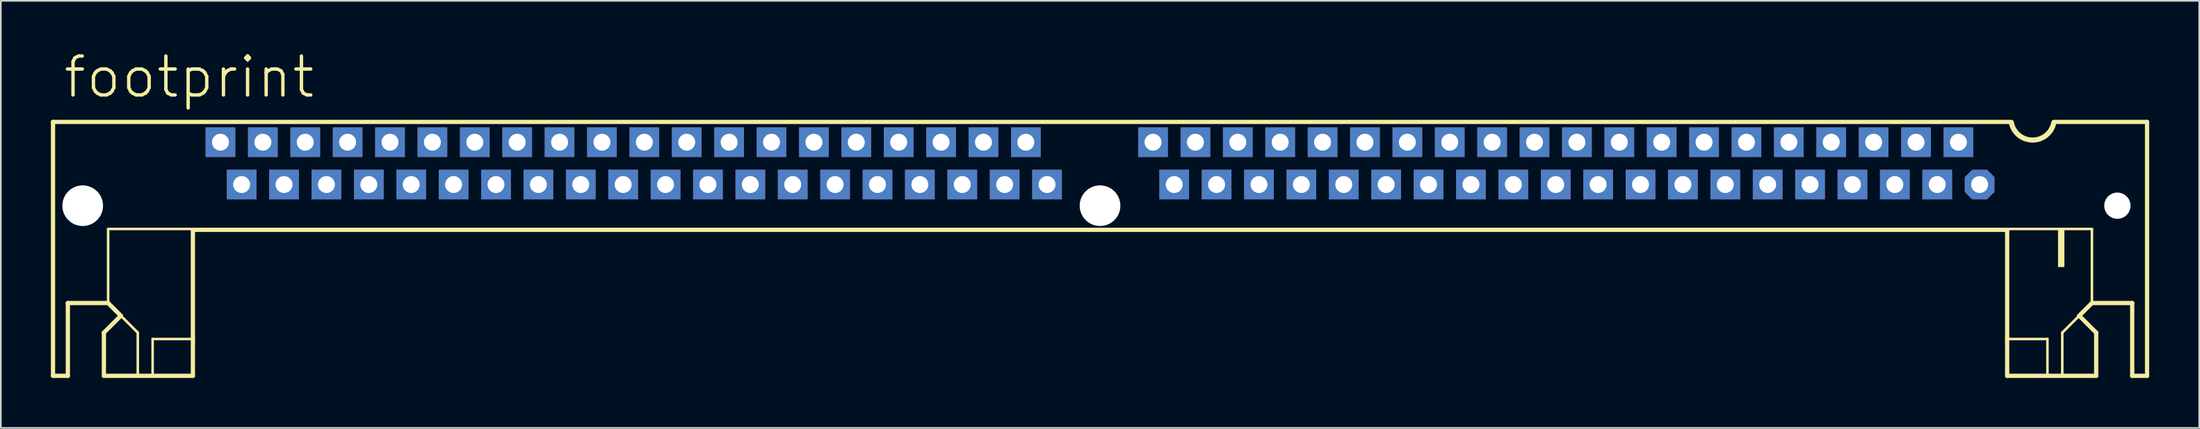
<source format=kicad_pcb>
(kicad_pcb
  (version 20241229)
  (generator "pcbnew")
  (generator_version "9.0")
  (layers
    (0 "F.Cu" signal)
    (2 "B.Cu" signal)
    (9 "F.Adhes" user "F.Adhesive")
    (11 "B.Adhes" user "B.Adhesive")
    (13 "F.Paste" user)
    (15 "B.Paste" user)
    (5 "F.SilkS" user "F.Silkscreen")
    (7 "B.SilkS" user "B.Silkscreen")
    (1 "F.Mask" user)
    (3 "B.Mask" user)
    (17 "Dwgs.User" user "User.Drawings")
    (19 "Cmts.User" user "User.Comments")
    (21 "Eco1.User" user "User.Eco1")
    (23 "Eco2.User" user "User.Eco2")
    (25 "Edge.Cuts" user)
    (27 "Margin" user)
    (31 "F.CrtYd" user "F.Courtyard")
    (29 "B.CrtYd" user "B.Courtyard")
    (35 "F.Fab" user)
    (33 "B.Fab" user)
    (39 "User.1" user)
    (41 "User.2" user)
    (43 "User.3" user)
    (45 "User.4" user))
  (footprint "footprint"
    (layer "F.Cu")
    (at 62.865 6.756)
    (property "Reference" "footprint" (at -62.23 -3.81 0) (layer "F.SilkS") (effects (font (size 2.337 2.337) (thickness 0.203)) (justify left bottom)))
    (fp_line (start -62.738 -2.489) (end 54.61 -2.489) (stroke (width 0.254) (type solid)) (layer "F.SilkS"))
    (fp_line (start -62.738 12.751) (end -62.738 -2.489) (stroke (width 0.254) (type solid)) (layer "F.SilkS"))
    (fp_line (start -61.849 8.382) (end -61.849 12.751) (stroke (width 0.254) (type solid)) (layer "F.SilkS"))
    (fp_line (start -61.849 12.751) (end -62.738 12.751) (stroke (width 0.254) (type solid)) (layer "F.SilkS"))
    (fp_line (start -59.69 10.16) (end -58.674 9.144) (stroke (width 0.254) (type solid)) (layer "F.SilkS"))
    (fp_line (start -59.69 12.751) (end -59.69 10.16) (stroke (width 0.254) (type solid)) (layer "F.SilkS"))
    (fp_line (start -59.436 3.937) (end -59.436 8.382) (stroke (width 0.152) (type solid)) (layer "F.SilkS"))
    (fp_line (start -59.436 8.382) (end -61.849 8.382) (stroke (width 0.254) (type solid)) (layer "F.SilkS"))
    (fp_line (start -58.674 9.144) (end -59.436 8.382) (stroke (width 0.254) (type solid)) (layer "F.SilkS"))
    (fp_line (start -58.674 9.144) (end -57.658 10.16) (stroke (width 0.152) (type solid)) (layer "F.SilkS"))
    (fp_line (start -57.658 10.16) (end -57.658 12.7) (stroke (width 0.152) (type solid)) (layer "F.SilkS"))
    (fp_line (start -56.769 10.541) (end -56.769 12.7) (stroke (width 0.152) (type solid)) (layer "F.SilkS"))
    (fp_line (start -56.769 10.541) (end -54.356 10.541) (stroke (width 0.152) (type solid)) (layer "F.SilkS"))
    (fp_line (start -54.356 3.937) (end -59.436 3.937) (stroke (width 0.152) (type solid)) (layer "F.SilkS"))
    (fp_line (start -54.356 3.988) (end -54.356 10.541) (stroke (width 0.254) (type solid)) (layer "F.SilkS"))
    (fp_line (start -54.356 10.541) (end -54.356 12.751) (stroke (width 0.254) (type solid)) (layer "F.SilkS"))
    (fp_line (start -54.356 12.751) (end -59.69 12.751) (stroke (width 0.254) (type solid)) (layer "F.SilkS"))
    (fp_line (start 54.356 3.937) (end 59.436 3.937) (stroke (width 0.152) (type solid)) (layer "F.SilkS"))
    (fp_line (start 54.356 3.988) (end -54.356 3.988) (stroke (width 0.254) (type solid)) (layer "F.SilkS"))
    (fp_line (start 54.356 3.988) (end 54.356 10.541) (stroke (width 0.254) (type solid)) (layer "F.SilkS"))
    (fp_line (start 54.356 10.541) (end 54.356 12.751) (stroke (width 0.254) (type solid)) (layer "F.SilkS"))
    (fp_line (start 54.356 12.751) (end 59.69 12.751) (stroke (width 0.254) (type solid)) (layer "F.SilkS"))
    (fp_line (start 56.769 10.541) (end 54.356 10.541) (stroke (width 0.152) (type solid)) (layer "F.SilkS"))
    (fp_line (start 56.769 10.541) (end 56.769 12.7) (stroke (width 0.152) (type solid)) (layer "F.SilkS"))
    (fp_line (start 57.15 -2.489) (end 62.738 -2.489) (stroke (width 0.254) (type solid)) (layer "F.SilkS"))
    (fp_line (start 57.658 10.16) (end 57.658 12.7) (stroke (width 0.152) (type solid)) (layer "F.SilkS"))
    (fp_line (start 58.674 9.144) (end 57.658 10.16) (stroke (width 0.152) (type solid)) (layer "F.SilkS"))
    (fp_line (start 58.674 9.144) (end 59.436 8.382) (stroke (width 0.254) (type solid)) (layer "F.SilkS"))
    (fp_line (start 59.436 3.937) (end 59.436 8.382) (stroke (width 0.152) (type solid)) (layer "F.SilkS"))
    (fp_line (start 59.436 8.382) (end 61.849 8.382) (stroke (width 0.254) (type solid)) (layer "F.SilkS"))
    (fp_line (start 59.69 10.16) (end 58.674 9.144) (stroke (width 0.254) (type solid)) (layer "F.SilkS"))
    (fp_line (start 59.69 12.751) (end 59.69 10.16) (stroke (width 0.254) (type solid)) (layer "F.SilkS"))
    (fp_line (start 61.849 8.382) (end 61.849 12.751) (stroke (width 0.254) (type solid)) (layer "F.SilkS"))
    (fp_line (start 61.849 12.751) (end 62.738 12.751) (stroke (width 0.254) (type solid)) (layer "F.SilkS"))
    (fp_line (start 62.738 12.751) (end 62.738 -2.489) (stroke (width 0.254) (type solid)) (layer "F.SilkS"))
    (fp_arc (start 57.15 -2.44) (mid 55.88 -1.398849) (end 54.61 -2.44) (stroke (width 0.3048) (type solid)) (layer "F.SilkS"))
    (fp_poly (pts (xy 57.404 6.223) (xy 57.785 6.223) (xy 57.785 3.937) (xy 57.404 3.937)) (stroke (width 0) (type solid)) (fill yes) (layer "F.SilkS"))
    (pad "" np_thru_hole circle (at -60.96 2.54) (size 2.438 2.438) (drill 2.438) (layers "*.Cu" "*.Mask"))
    (pad "" np_thru_hole circle (at 0 2.54) (size 2.438 2.438) (drill 2.438) (layers "*.Cu" "*.Mask"))
    (pad "" np_thru_hole circle (at 60.96 2.54) (size 1.575 1.575) (drill 1.575) (layers "*.Cu" "*.Mask"))
    (pad "1" thru_hole roundrect (at 52.705 1.27) (size 1.778 1.778) (drill 1.016) (layers "*.Cu" "*.Mask") (roundrect_rratio 0.25) (chamfer_ratio 0.25) (chamfer top_left top_right bottom_left bottom_right))
    (pad "2" thru_hole rect (at 51.435 -1.27) (size 1.778 1.778) (drill 1.016) (layers "*.Cu" "*.Mask"))
    (pad "3" thru_hole rect (at 50.165 1.27) (size 1.778 1.778) (drill 1.016) (layers "*.Cu" "*.Mask"))
    (pad "4" thru_hole rect (at 48.895 -1.27) (size 1.778 1.778) (drill 1.016) (layers "*.Cu" "*.Mask"))
    (pad "5" thru_hole rect (at 47.625 1.27) (size 1.778 1.778) (drill 1.016) (layers "*.Cu" "*.Mask"))
    (pad "6" thru_hole rect (at 46.355 -1.27) (size 1.778 1.778) (drill 1.016) (layers "*.Cu" "*.Mask"))
    (pad "7" thru_hole rect (at 45.085 1.27) (size 1.778 1.778) (drill 1.016) (layers "*.Cu" "*.Mask"))
    (pad "8" thru_hole rect (at 43.815 -1.27) (size 1.778 1.778) (drill 1.016) (layers "*.Cu" "*.Mask"))
    (pad "9" thru_hole rect (at 42.545 1.27) (size 1.778 1.778) (drill 1.016) (layers "*.Cu" "*.Mask"))
    (pad "10" thru_hole rect (at 41.275 -1.27) (size 1.778 1.778) (drill 1.016) (layers "*.Cu" "*.Mask"))
    (pad "11" thru_hole rect (at 40.005 1.27) (size 1.778 1.778) (drill 1.016) (layers "*.Cu" "*.Mask"))
    (pad "12" thru_hole rect (at 38.735 -1.27) (size 1.778 1.778) (drill 1.016) (layers "*.Cu" "*.Mask"))
    (pad "13" thru_hole rect (at 37.465 1.27) (size 1.778 1.778) (drill 1.016) (layers "*.Cu" "*.Mask"))
    (pad "14" thru_hole rect (at 36.195 -1.27) (size 1.778 1.778) (drill 1.016) (layers "*.Cu" "*.Mask"))
    (pad "15" thru_hole rect (at 34.925 1.27) (size 1.778 1.778) (drill 1.016) (layers "*.Cu" "*.Mask"))
    (pad "16" thru_hole rect (at 33.655 -1.27) (size 1.778 1.778) (drill 1.016) (layers "*.Cu" "*.Mask"))
    (pad "17" thru_hole rect (at 32.385 1.27) (size 1.778 1.778) (drill 1.016) (layers "*.Cu" "*.Mask"))
    (pad "18" thru_hole rect (at 31.115 -1.27) (size 1.778 1.778) (drill 1.016) (layers "*.Cu" "*.Mask"))
    (pad "19" thru_hole rect (at 29.845 1.27) (size 1.778 1.778) (drill 1.016) (layers "*.Cu" "*.Mask"))
    (pad "20" thru_hole rect (at 28.575 -1.27) (size 1.778 1.778) (drill 1.016) (layers "*.Cu" "*.Mask"))
    (pad "21" thru_hole rect (at 27.305 1.27) (size 1.778 1.778) (drill 1.016) (layers "*.Cu" "*.Mask"))
    (pad "22" thru_hole rect (at 26.035 -1.27) (size 1.778 1.778) (drill 1.016) (layers "*.Cu" "*.Mask"))
    (pad "23" thru_hole rect (at 24.765 1.27) (size 1.778 1.778) (drill 1.016) (layers "*.Cu" "*.Mask"))
    (pad "24" thru_hole rect (at 23.495 -1.27) (size 1.778 1.778) (drill 1.016) (layers "*.Cu" "*.Mask"))
    (pad "25" thru_hole rect (at 22.225 1.27) (size 1.778 1.778) (drill 1.016) (layers "*.Cu" "*.Mask"))
    (pad "26" thru_hole rect (at 20.955 -1.27) (size 1.778 1.778) (drill 1.016) (layers "*.Cu" "*.Mask"))
    (pad "27" thru_hole rect (at 19.685 1.27) (size 1.778 1.778) (drill 1.016) (layers "*.Cu" "*.Mask"))
    (pad "28" thru_hole rect (at 18.415 -1.27) (size 1.778 1.778) (drill 1.016) (layers "*.Cu" "*.Mask"))
    (pad "29" thru_hole rect (at 17.145 1.27) (size 1.778 1.778) (drill 1.016) (layers "*.Cu" "*.Mask"))
    (pad "30" thru_hole rect (at 15.875 -1.27) (size 1.778 1.778) (drill 1.016) (layers "*.Cu" "*.Mask"))
    (pad "31" thru_hole rect (at 14.605 1.27) (size 1.778 1.778) (drill 1.016) (layers "*.Cu" "*.Mask"))
    (pad "32" thru_hole rect (at 13.335 -1.27) (size 1.778 1.778) (drill 1.016) (layers "*.Cu" "*.Mask"))
    (pad "33" thru_hole rect (at 12.065 1.27) (size 1.778 1.778) (drill 1.016) (layers "*.Cu" "*.Mask"))
    (pad "34" thru_hole rect (at 10.795 -1.27) (size 1.778 1.778) (drill 1.016) (layers "*.Cu" "*.Mask"))
    (pad "35" thru_hole rect (at 9.525 1.27) (size 1.778 1.778) (drill 1.016) (layers "*.Cu" "*.Mask"))
    (pad "36" thru_hole rect (at 8.255 -1.27) (size 1.778 1.778) (drill 1.016) (layers "*.Cu" "*.Mask"))
    (pad "37" thru_hole rect (at 6.985 1.27) (size 1.778 1.778) (drill 1.016) (layers "*.Cu" "*.Mask"))
    (pad "38" thru_hole rect (at 5.715 -1.27) (size 1.778 1.778) (drill 1.016) (layers "*.Cu" "*.Mask"))
    (pad "39" thru_hole rect (at 4.445 1.27) (size 1.778 1.778) (drill 1.016) (layers "*.Cu" "*.Mask"))
    (pad "40" thru_hole rect (at 3.175 -1.27) (size 1.778 1.778) (drill 1.016) (layers "*.Cu" "*.Mask"))
    (pad "41" thru_hole rect (at -3.175 1.27) (size 1.778 1.778) (drill 1.016) (layers "*.Cu" "*.Mask"))
    (pad "42" thru_hole rect (at -4.445 -1.27) (size 1.778 1.778) (drill 1.016) (layers "*.Cu" "*.Mask"))
    (pad "43" thru_hole rect (at -5.715 1.27) (size 1.778 1.778) (drill 1.016) (layers "*.Cu" "*.Mask"))
    (pad "44" thru_hole rect (at -6.985 -1.27) (size 1.778 1.778) (drill 1.016) (layers "*.Cu" "*.Mask"))
    (pad "45" thru_hole rect (at -8.255 1.27) (size 1.778 1.778) (drill 1.016) (layers "*.Cu" "*.Mask"))
    (pad "46" thru_hole rect (at -9.525 -1.27) (size 1.778 1.778) (drill 1.016) (layers "*.Cu" "*.Mask"))
    (pad "47" thru_hole rect (at -10.795 1.27) (size 1.778 1.778) (drill 1.016) (layers "*.Cu" "*.Mask"))
    (pad "48" thru_hole rect (at -12.065 -1.27) (size 1.778 1.778) (drill 1.016) (layers "*.Cu" "*.Mask"))
    (pad "49" thru_hole rect (at -13.335 1.27) (size 1.778 1.778) (drill 1.016) (layers "*.Cu" "*.Mask"))
    (pad "50" thru_hole rect (at -14.605 -1.27) (size 1.778 1.778) (drill 1.016) (layers "*.Cu" "*.Mask"))
    (pad "51" thru_hole rect (at -15.875 1.27) (size 1.778 1.778) (drill 1.016) (layers "*.Cu" "*.Mask"))
    (pad "52" thru_hole rect (at -17.145 -1.27) (size 1.778 1.778) (drill 1.016) (layers "*.Cu" "*.Mask"))
    (pad "53" thru_hole rect (at -18.415 1.27) (size 1.778 1.778) (drill 1.016) (layers "*.Cu" "*.Mask"))
    (pad "54" thru_hole rect (at -19.685 -1.27) (size 1.778 1.778) (drill 1.016) (layers "*.Cu" "*.Mask"))
    (pad "55" thru_hole rect (at -20.955 1.27) (size 1.778 1.778) (drill 1.016) (layers "*.Cu" "*.Mask"))
    (pad "56" thru_hole rect (at -22.225 -1.27) (size 1.778 1.778) (drill 1.016) (layers "*.Cu" "*.Mask"))
    (pad "57" thru_hole rect (at -23.495 1.27) (size 1.778 1.778) (drill 1.016) (layers "*.Cu" "*.Mask"))
    (pad "58" thru_hole rect (at -24.765 -1.27) (size 1.778 1.778) (drill 1.016) (layers "*.Cu" "*.Mask"))
    (pad "59" thru_hole rect (at -26.035 1.27) (size 1.778 1.778) (drill 1.016) (layers "*.Cu" "*.Mask"))
    (pad "60" thru_hole rect (at -27.305 -1.27) (size 1.778 1.778) (drill 1.016) (layers "*.Cu" "*.Mask"))
    (pad "61" thru_hole rect (at -28.575 1.27) (size 1.778 1.778) (drill 1.016) (layers "*.Cu" "*.Mask"))
    (pad "62" thru_hole rect (at -29.845 -1.27) (size 1.778 1.778) (drill 1.016) (layers "*.Cu" "*.Mask"))
    (pad "63" thru_hole rect (at -31.115 1.27) (size 1.778 1.778) (drill 1.016) (layers "*.Cu" "*.Mask"))
    (pad "64" thru_hole rect (at -32.385 -1.27) (size 1.778 1.778) (drill 1.016) (layers "*.Cu" "*.Mask"))
    (pad "65" thru_hole rect (at -33.655 1.27) (size 1.778 1.778) (drill 1.016) (layers "*.Cu" "*.Mask"))
    (pad "66" thru_hole rect (at -34.925 -1.27) (size 1.778 1.778) (drill 1.016) (layers "*.Cu" "*.Mask"))
    (pad "67" thru_hole rect (at -36.195 1.27) (size 1.778 1.778) (drill 1.016) (layers "*.Cu" "*.Mask"))
    (pad "68" thru_hole rect (at -37.465 -1.27) (size 1.778 1.778) (drill 1.016) (layers "*.Cu" "*.Mask"))
    (pad "69" thru_hole rect (at -38.735 1.27) (size 1.778 1.778) (drill 1.016) (layers "*.Cu" "*.Mask"))
    (pad "70" thru_hole rect (at -40.005 -1.27) (size 1.778 1.778) (drill 1.016) (layers "*.Cu" "*.Mask"))
    (pad "71" thru_hole rect (at -41.275 1.27) (size 1.778 1.778) (drill 1.016) (layers "*.Cu" "*.Mask"))
    (pad "72" thru_hole rect (at -42.545 -1.27) (size 1.778 1.778) (drill 1.016) (layers "*.Cu" "*.Mask"))
    (pad "73" thru_hole rect (at -43.815 1.27) (size 1.778 1.778) (drill 1.016) (layers "*.Cu" "*.Mask"))
    (pad "74" thru_hole rect (at -45.085 -1.27) (size 1.778 1.778) (drill 1.016) (layers "*.Cu" "*.Mask"))
    (pad "75" thru_hole rect (at -46.355 1.27) (size 1.778 1.778) (drill 1.016) (layers "*.Cu" "*.Mask"))
    (pad "76" thru_hole rect (at -47.625 -1.27) (size 1.778 1.778) (drill 1.016) (layers "*.Cu" "*.Mask"))
    (pad "77" thru_hole rect (at -48.895 1.27) (size 1.778 1.778) (drill 1.016) (layers "*.Cu" "*.Mask"))
    (pad "78" thru_hole rect (at -50.165 -1.27) (size 1.778 1.778) (drill 1.016) (layers "*.Cu" "*.Mask"))
    (pad "79" thru_hole rect (at -51.435 1.27) (size 1.778 1.778) (drill 1.016) (layers "*.Cu" "*.Mask"))
    (pad "80" thru_hole rect (at -52.705 -1.27) (size 1.778 1.778) (drill 1.016) (layers "*.Cu" "*.Mask")))
  (gr_rect
    (start -3 -3)
    (end 128.73 22.634)
    (stroke (width 0.1) (type default))
    (fill no)
    (layer "Edge.Cuts")))
</source>
